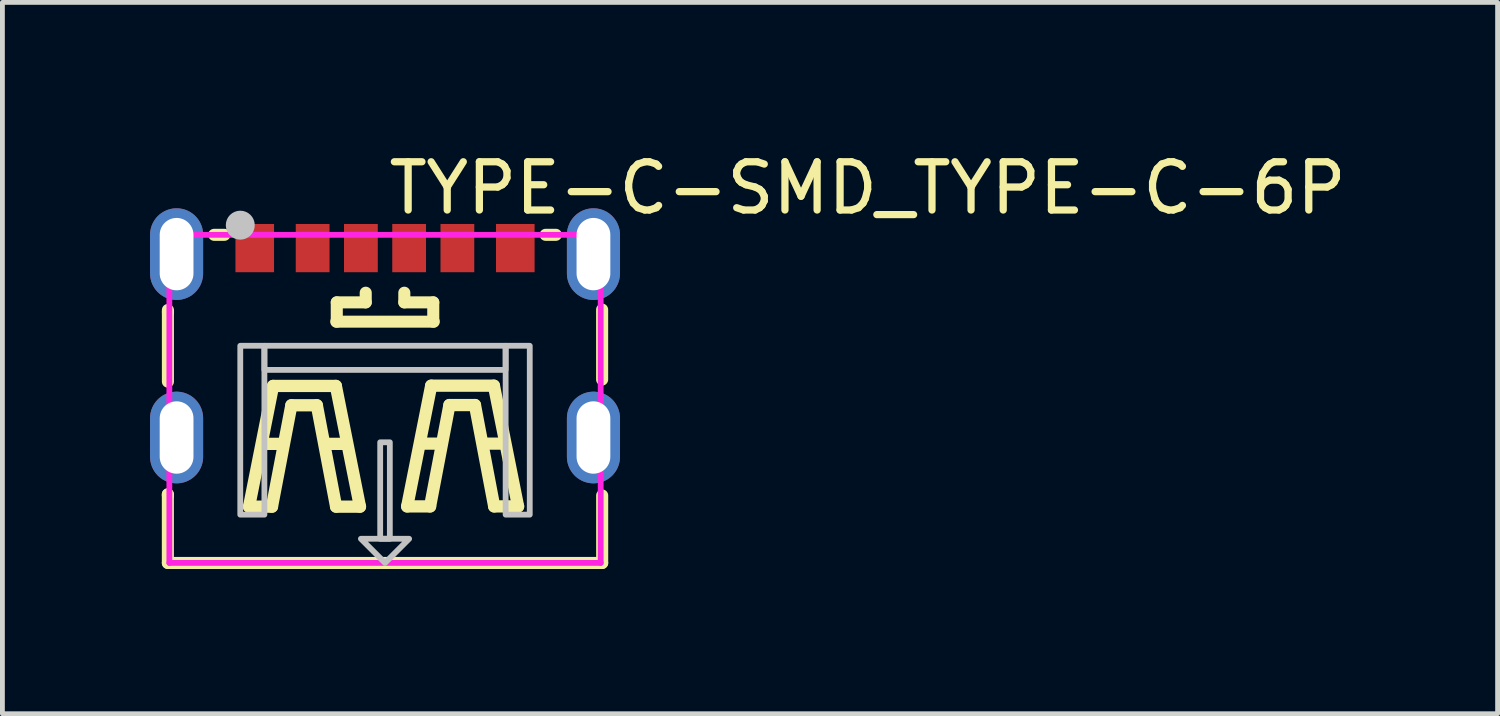
<source format=kicad_pcb>
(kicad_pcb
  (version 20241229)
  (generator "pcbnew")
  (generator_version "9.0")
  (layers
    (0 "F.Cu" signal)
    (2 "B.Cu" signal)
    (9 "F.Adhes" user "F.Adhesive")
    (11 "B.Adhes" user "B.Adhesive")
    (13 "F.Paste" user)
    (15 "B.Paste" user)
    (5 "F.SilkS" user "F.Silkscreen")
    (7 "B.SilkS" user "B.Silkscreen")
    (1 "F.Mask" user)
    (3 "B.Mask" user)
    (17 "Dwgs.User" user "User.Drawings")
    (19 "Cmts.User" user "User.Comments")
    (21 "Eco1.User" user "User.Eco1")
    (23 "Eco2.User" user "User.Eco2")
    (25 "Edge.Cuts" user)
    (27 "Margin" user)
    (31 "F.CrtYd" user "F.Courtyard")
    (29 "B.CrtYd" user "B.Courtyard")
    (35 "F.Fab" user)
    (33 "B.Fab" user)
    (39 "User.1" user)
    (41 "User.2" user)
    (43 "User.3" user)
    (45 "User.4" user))
  (footprint "TYPE-C-SMD_TYPE-C-6P"
    (layer "F.Cu")
    (at 4.93 4.055)
    (property "Reference" "TYPE-C-SMD_TYPE-C-6P" (at 0 -3.207 0) (layer "F.SilkS") (effects (font (size 1 1) (thickness 0.15)) (justify left)))
    (attr through_hole)
    (fp_line (start -4.501 3.141) (end -4.501 4.563) (stroke (width 0.25) (type solid)) (layer "F.SilkS"))
    (fp_line (start -4.501 3.164) (end -4.501 3.141) (stroke (width 0.25) (type solid)) (layer "F.SilkS"))
    (fp_line (start -4.501 4.563) (end 4.501 4.563) (stroke (width 0.25) (type solid)) (layer "F.SilkS"))
    (fp_line (start -4.5 -0.638) (end -4.5 -0.68) (stroke (width 0.25) (type solid)) (layer "F.SilkS"))
    (fp_line (start -4.5 -0.638) (end -4.5 0.805) (stroke (width 0.25) (type solid)) (layer "F.SilkS"))
    (fp_line (start -3.541 -2.238) (end -3.329 -2.238) (stroke (width 0.25) (type solid)) (layer "F.SilkS"))
    (fp_line (start -2.818 3.396) (end -2.32 0.894) (stroke (width 0.254) (type solid)) (layer "F.SilkS"))
    (fp_line (start -2.518 2.095) (end -2.119 2.095) (stroke (width 0.254) (type solid)) (layer "F.SilkS"))
    (fp_line (start -2.343 3.396) (end -2.818 3.396) (stroke (width 0.254) (type solid)) (layer "F.SilkS"))
    (fp_line (start -2.32 0.894) (end -1.019 0.894) (stroke (width 0.254) (type solid)) (layer "F.SilkS"))
    (fp_line (start -1.941 1.295) (end -2.343 3.396) (stroke (width 0.254) (type solid)) (layer "F.SilkS"))
    (fp_line (start -1.413 1.295) (end -1.941 1.295) (stroke (width 0.254) (type solid)) (layer "F.SilkS"))
    (fp_line (start -1.219 2.095) (end -0.819 2.095) (stroke (width 0.254) (type solid)) (layer "F.SilkS"))
    (fp_line (start -1.019 0.894) (end -0.519 3.396) (stroke (width 0.254) (type solid)) (layer "F.SilkS"))
    (fp_line (start -1.014 3.396) (end -1.413 1.295) (stroke (width 0.254) (type solid)) (layer "F.SilkS"))
    (fp_line (start -1.01 -0.438) (end 1.01 -0.438) (stroke (width 0.25) (type solid)) (layer "F.SilkS"))
    (fp_line (start -1 -0.838) (end -0.4 -0.838) (stroke (width 0.25) (type solid)) (layer "F.SilkS"))
    (fp_line (start -1 -0.438) (end -1 -0.838) (stroke (width 0.25) (type solid)) (layer "F.SilkS"))
    (fp_line (start -0.519 3.396) (end -1.014 3.396) (stroke (width 0.254) (type solid)) (layer "F.SilkS"))
    (fp_line (start -0.4 -0.838) (end -0.4 -1.038) (stroke (width 0.25) (type solid)) (layer "F.SilkS"))
    (fp_line (start 0.4 -0.838) (end 0.4 -1.038) (stroke (width 0.25) (type solid)) (layer "F.SilkS"))
    (fp_line (start 0.459 3.391) (end 0.957 0.889) (stroke (width 0.254) (type solid)) (layer "F.SilkS"))
    (fp_line (start 0.759 2.09) (end 1.158 2.09) (stroke (width 0.254) (type solid)) (layer "F.SilkS"))
    (fp_line (start 0.934 3.391) (end 0.459 3.391) (stroke (width 0.254) (type solid)) (layer "F.SilkS"))
    (fp_line (start 0.957 0.889) (end 2.257 0.889) (stroke (width 0.254) (type solid)) (layer "F.SilkS"))
    (fp_line (start 1 -0.838) (end 0.4 -0.838) (stroke (width 0.25) (type solid)) (layer "F.SilkS"))
    (fp_line (start 1 -0.438) (end 1 -0.838) (stroke (width 0.25) (type solid)) (layer "F.SilkS"))
    (fp_line (start 1.335 1.29) (end 0.934 3.391) (stroke (width 0.254) (type solid)) (layer "F.SilkS"))
    (fp_line (start 1.864 1.29) (end 1.335 1.29) (stroke (width 0.254) (type solid)) (layer "F.SilkS"))
    (fp_line (start 2.058 2.09) (end 2.458 2.09) (stroke (width 0.254) (type solid)) (layer "F.SilkS"))
    (fp_line (start 2.257 0.889) (end 2.758 3.391) (stroke (width 0.254) (type solid)) (layer "F.SilkS"))
    (fp_line (start 2.263 3.391) (end 1.864 1.29) (stroke (width 0.254) (type solid)) (layer "F.SilkS"))
    (fp_line (start 2.758 3.391) (end 2.263 3.391) (stroke (width 0.254) (type solid)) (layer "F.SilkS"))
    (fp_line (start 3.329 -2.238) (end 3.541 -2.238) (stroke (width 0.25) (type solid)) (layer "F.SilkS"))
    (fp_line (start 4.5 0.762) (end 4.5 -0.688) (stroke (width 0.25) (type solid)) (layer "F.SilkS"))
    (fp_line (start 4.501 4.563) (end 4.501 3.164) (stroke (width 0.25) (type solid)) (layer "F.SilkS"))
    (fp_poly (pts (xy -3.1 -2.463) (xy -2.3 -2.463) (xy -2.3 -1.463) (xy -3.1 -1.463)) (stroke (width 0.12) (type solid)) (fill yes) (layer "F.Paste"))
    (fp_poly (pts (xy -1.85 -2.463) (xy -1.15 -2.463) (xy -1.15 -1.463) (xy -1.85 -1.463)) (stroke (width 0.12) (type solid)) (fill yes) (layer "F.Paste"))
    (fp_poly (pts (xy -0.85 -2.463) (xy -0.15 -2.463) (xy -0.15 -1.463) (xy -0.85 -1.463)) (stroke (width 0.12) (type solid)) (fill yes) (layer "F.Paste"))
    (fp_poly (pts (xy 0.15 -2.463) (xy 0.85 -2.463) (xy 0.85 -1.463) (xy 0.15 -1.463)) (stroke (width 0.12) (type solid)) (fill yes) (layer "F.Paste"))
    (fp_poly (pts (xy 1.15 -2.463) (xy 1.85 -2.463) (xy 1.85 -1.463) (xy 1.15 -1.463)) (stroke (width 0.12) (type solid)) (fill yes) (layer "F.Paste"))
    (fp_poly (pts (xy 2.3 -2.463) (xy 3.1 -2.463) (xy 3.1 -1.463) (xy 2.3 -1.463)) (stroke (width 0.12) (type solid)) (fill yes) (layer "F.Paste"))
    (fp_poly (pts (xy -4.87 -2.238) (xy -4.859 -2.345) (xy -4.828 -2.448) (xy -4.777 -2.543) (xy -4.709 -2.626) (xy -4.625 -2.695) (xy -4.53 -2.746) (xy -4.427 -2.777) (xy -4.32 -2.788) (xy -4.213 -2.777) (xy -4.109 -2.746) (xy -4.014 -2.695) (xy -3.931 -2.626) (xy -3.863 -2.543) (xy -3.812 -2.448) (xy -3.78 -2.345) (xy -3.77 -2.238) (xy -3.77 -1.438) (xy -3.78 -1.33) (xy -3.812 -1.227) (xy -3.863 -1.132) (xy -3.931 -1.049) (xy -4.014 -0.98) (xy -4.109 -0.929) (xy -4.213 -0.898) (xy -4.32 -0.888) (xy -4.427 -0.898) (xy -4.53 -0.929) (xy -4.625 -0.98) (xy -4.709 -1.049) (xy -4.777 -1.132) (xy -4.828 -1.227) (xy -4.859 -1.33) (xy -4.87 -1.438)) (stroke (width 0.12) (type solid)) (fill yes) (layer "F.Paste"))
    (fp_poly (pts (xy -4.87 1.563) (xy -4.859 1.455) (xy -4.828 1.352) (xy -4.777 1.257) (xy -4.709 1.174) (xy -4.625 1.105) (xy -4.53 1.054) (xy -4.427 1.023) (xy -4.32 1.013) (xy -4.213 1.023) (xy -4.109 1.054) (xy -4.014 1.105) (xy -3.931 1.174) (xy -3.863 1.257) (xy -3.812 1.352) (xy -3.78 1.455) (xy -3.77 1.563) (xy -3.77 2.363) (xy -3.78 2.47) (xy -3.812 2.573) (xy -3.863 2.668) (xy -3.931 2.751) (xy -4.014 2.82) (xy -4.109 2.871) (xy -4.213 2.902) (xy -4.32 2.913) (xy -4.427 2.902) (xy -4.53 2.871) (xy -4.625 2.82) (xy -4.709 2.751) (xy -4.777 2.668) (xy -4.828 2.573) (xy -4.859 2.47) (xy -4.87 2.363)) (stroke (width 0.12) (type solid)) (fill yes) (layer "F.Paste"))
    (fp_poly (pts (xy 3.77 -2.238) (xy 3.78 -2.345) (xy 3.812 -2.448) (xy 3.863 -2.543) (xy 3.931 -2.626) (xy 4.014 -2.695) (xy 4.109 -2.746) (xy 4.213 -2.777) (xy 4.32 -2.788) (xy 4.427 -2.777) (xy 4.53 -2.746) (xy 4.625 -2.695) (xy 4.709 -2.626) (xy 4.777 -2.543) (xy 4.828 -2.448) (xy 4.859 -2.345) (xy 4.87 -2.238) (xy 4.87 -1.438) (xy 4.859 -1.33) (xy 4.828 -1.227) (xy 4.777 -1.132) (xy 4.709 -1.049) (xy 4.625 -0.98) (xy 4.53 -0.929) (xy 4.427 -0.898) (xy 4.32 -0.888) (xy 4.213 -0.898) (xy 4.109 -0.929) (xy 4.014 -0.98) (xy 3.931 -1.049) (xy 3.863 -1.132) (xy 3.812 -1.227) (xy 3.78 -1.33) (xy 3.77 -1.438)) (stroke (width 0.12) (type solid)) (fill yes) (layer "F.Paste"))
    (fp_poly (pts (xy 3.77 1.563) (xy 3.78 1.455) (xy 3.812 1.352) (xy 3.863 1.257) (xy 3.931 1.174) (xy 4.014 1.105) (xy 4.109 1.054) (xy 4.213 1.023) (xy 4.32 1.013) (xy 4.427 1.023) (xy 4.53 1.054) (xy 4.625 1.105) (xy 4.709 1.174) (xy 4.777 1.257) (xy 4.828 1.352) (xy 4.859 1.455) (xy 4.87 1.563) (xy 4.87 2.363) (xy 4.859 2.47) (xy 4.828 2.573) (xy 4.777 2.668) (xy 4.709 2.751) (xy 4.625 2.82) (xy 4.53 2.871) (xy 4.427 2.902) (xy 4.32 2.913) (xy 4.213 2.902) (xy 4.109 2.871) (xy 4.014 2.82) (xy 3.931 2.751) (xy 3.863 2.668) (xy 3.812 2.573) (xy 3.78 2.47) (xy 3.77 2.363)) (stroke (width 0.12) (type solid)) (fill yes) (layer "F.Paste"))
    (fp_circle (center -3 -2.438) (end -2.85 -2.438) (stroke (width 0.3) (type solid)) (fill no) (layer "Dwgs.User"))
    (fp_poly (pts (xy -0.5 4.062) (xy 0.5 4.062) (xy 0 4.562)) (stroke (width 0.12) (type solid)) (fill no) (layer "Dwgs.User"))
    (fp_poly (pts (xy -3 3.562) (xy -3 0.062) (xy -2.5 0.062) (xy -2.5 3.562)) (stroke (width 0.12) (type solid)) (fill no) (layer "Dwgs.User"))
    (fp_poly (pts (xy -2.5 0.062) (xy 2.5 0.062) (xy 2.5 0.562) (xy -2.5 0.562)) (stroke (width 0.12) (type solid)) (fill no) (layer "Dwgs.User"))
    (fp_poly (pts (xy 3 3.562) (xy 3 0.062) (xy 2.5 0.062) (xy 2.5 3.562)) (stroke (width 0.12) (type solid)) (fill no) (layer "Dwgs.User"))
    (fp_poly (pts (xy 0 4.062) (xy -0.1 4.062) (xy -0.1 2.062) (xy 0.1 2.062) (xy 0.1 4.062)) (stroke (width 0.12) (type solid)) (fill no) (layer "Dwgs.User"))
    (fp_circle (center 4.47 4.562) (end 4.5 4.562) (stroke (width 0.06) (type solid)) (fill no) (layer "Eco2.User"))
    (fp_poly (pts (xy -4.47 -2.238) (xy -4.17 -2.238) (xy -4.17 -1.438) (xy -4.47 -1.438)) (stroke (width 0.12) (type solid)) (fill no) (layer "Eco2.User"))
    (fp_poly (pts (xy -4.47 1.563) (xy -4.17 1.563) (xy -4.17 2.363) (xy -4.47 2.363)) (stroke (width 0.12) (type solid)) (fill no) (layer "Eco2.User"))
    (fp_poly (pts (xy -3 -2.213) (xy -2.4 -2.213) (xy -2.4 -1.463) (xy -3 -1.463)) (stroke (width 0.12) (type solid)) (fill no) (layer "Eco2.User"))
    (fp_poly (pts (xy -1.78 -2.213) (xy -1.22 -2.213) (xy -1.22 -1.463) (xy -1.78 -1.463)) (stroke (width 0.12) (type solid)) (fill no) (layer "Eco2.User"))
    (fp_poly (pts (xy -0.76 -2.213) (xy -0.24 -2.213) (xy -0.24 -1.463) (xy -0.76 -1.463)) (stroke (width 0.12) (type solid)) (fill no) (layer "Eco2.User"))
    (fp_poly (pts (xy 0.24 -2.213) (xy 0.76 -2.213) (xy 0.76 -1.463) (xy 0.24 -1.463)) (stroke (width 0.12) (type solid)) (fill no) (layer "Eco2.User"))
    (fp_poly (pts (xy 1.22 -2.213) (xy 1.78 -2.213) (xy 1.78 -1.463) (xy 1.22 -1.463)) (stroke (width 0.12) (type solid)) (fill no) (layer "Eco2.User"))
    (fp_poly (pts (xy 2.4 -2.213) (xy 3 -2.213) (xy 3 -1.463) (xy 2.4 -1.463)) (stroke (width 0.12) (type solid)) (fill no) (layer "Eco2.User"))
    (fp_poly (pts (xy 4.17 -2.238) (xy 4.47 -2.238) (xy 4.47 -1.438) (xy 4.17 -1.438)) (stroke (width 0.12) (type solid)) (fill no) (layer "Eco2.User"))
    (fp_poly (pts (xy 4.17 1.563) (xy 4.47 1.563) (xy 4.47 2.363) (xy 4.17 2.363)) (stroke (width 0.12) (type solid)) (fill no) (layer "Eco2.User"))
    (fp_line (start -4.47 -2.238) (end 4.47 -2.238) (stroke (width 0.12) (type solid)) (layer "F.CrtYd"))
    (fp_line (start -4.47 4.562) (end -4.47 -2.238) (stroke (width 0.12) (type solid)) (layer "F.CrtYd"))
    (fp_line (start 4.47 -2.238) (end 4.47 4.562) (stroke (width 0.12) (type solid)) (layer "F.CrtYd"))
    (fp_line (start 4.47 4.562) (end -4.47 4.562) (stroke (width 0.12) (type solid)) (layer "F.CrtYd"))
    (pad "7" thru_hole oval (at -4.32 -1.838) (size 1.1 1.9) (drill oval 0.7 1.5) (layers "*.Cu" "*.Mask"))
    (pad "7" thru_hole oval (at -4.32 1.963) (size 1.1 1.9) (drill oval 0.7 1.5) (layers "*.Cu" "*.Mask"))
    (pad "7" thru_hole oval (at 4.32 -1.838) (size 1.1 1.9) (drill oval 0.7 1.5) (layers "*.Cu" "*.Mask"))
    (pad "7" thru_hole oval (at 4.32 1.963) (size 1.1 1.9) (drill oval 0.7 1.5) (layers "*.Cu" "*.Mask"))
    (pad "A5" smd rect (at -0.5 -1.963) (size 0.7 1) (layers "F.Cu" "F.Mask" "F.Paste"))
    (pad "A9" smd rect (at 1.5 -1.963) (size 0.7 1) (layers "F.Cu" "F.Mask" "F.Paste"))
    (pad "A12" smd rect (at 2.7 -1.963) (size 0.8 1) (layers "F.Cu" "F.Mask" "F.Paste"))
    (pad "B5" smd rect (at 0.5 -1.963) (size 0.7 1) (layers "F.Cu" "F.Mask" "F.Paste"))
    (pad "B9" smd rect (at -1.5 -1.963) (size 0.7 1) (layers "F.Cu" "F.Mask" "F.Paste"))
    (pad "B12" smd rect (at -2.7 -1.963) (size 0.8 1) (layers "F.Cu" "F.Mask" "F.Paste")))
  (gr_rect
    (start -3 -3)
    (end 27.99 11.743)
    (stroke (width 0.1) (type default))
    (fill no)
    (layer "Edge.Cuts")))
</source>
